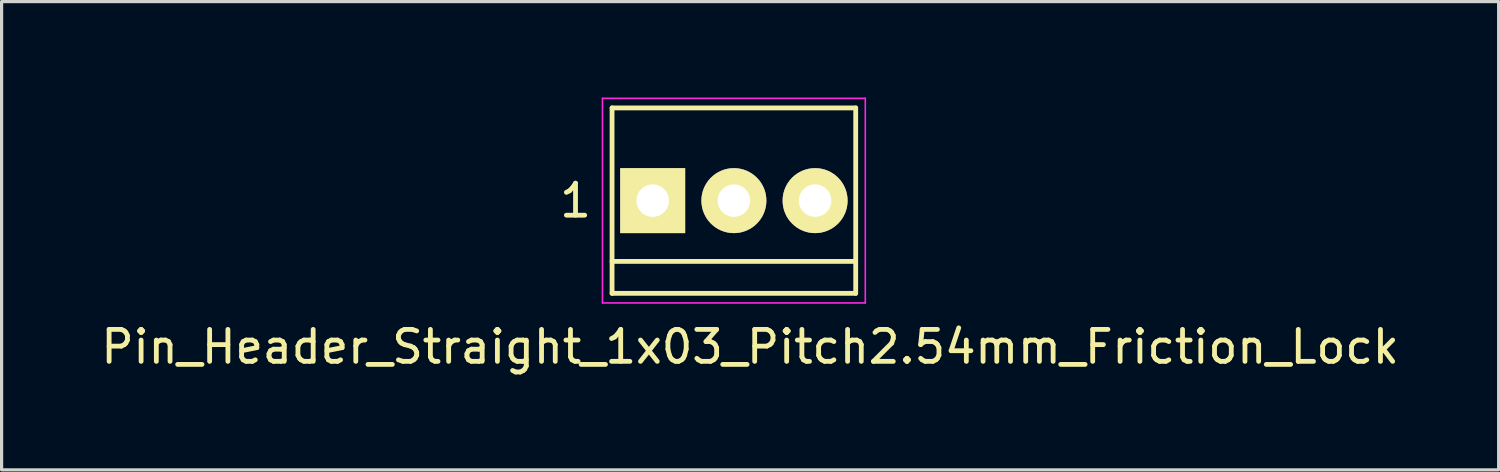
<source format=kicad_pcb>
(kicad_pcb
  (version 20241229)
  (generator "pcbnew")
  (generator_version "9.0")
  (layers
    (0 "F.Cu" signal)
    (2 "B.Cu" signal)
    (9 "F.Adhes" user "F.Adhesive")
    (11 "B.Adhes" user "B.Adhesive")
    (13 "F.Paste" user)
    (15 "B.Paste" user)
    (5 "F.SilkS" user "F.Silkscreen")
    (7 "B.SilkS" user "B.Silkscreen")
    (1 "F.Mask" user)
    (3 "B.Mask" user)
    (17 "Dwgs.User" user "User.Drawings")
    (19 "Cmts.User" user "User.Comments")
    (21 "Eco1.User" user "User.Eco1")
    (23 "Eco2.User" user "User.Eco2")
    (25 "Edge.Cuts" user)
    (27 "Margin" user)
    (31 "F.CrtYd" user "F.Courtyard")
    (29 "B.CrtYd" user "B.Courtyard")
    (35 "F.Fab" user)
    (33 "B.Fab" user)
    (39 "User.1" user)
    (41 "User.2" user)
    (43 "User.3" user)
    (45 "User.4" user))
  (footprint "Pin_Header_Straight_1x03_Pitch2.54mm_Friction_Lock"
    (layer "F.Cu")
    (at 17.363 3.225)
    (property "Reference" "Pin_Header_Straight_1x03_Pitch2.54mm_Friction_Lock" (at 3.048 4.572 0) (layer "F.SilkS") (effects (font (size 1 1) (thickness 0.15))))
    (attr through_hole)
    (fp_line (start -1.27 -2.9) (end -1.27 2.9) (stroke (width 0.15) (type solid)) (layer "F.SilkS"))
    (fp_line (start -1.27 -2.9) (end 6.35 -2.9) (stroke (width 0.15) (type solid)) (layer "F.SilkS"))
    (fp_line (start -1.27 1.9) (end 6.35 1.9) (stroke (width 0.15) (type solid)) (layer "F.SilkS"))
    (fp_line (start -1.27 2.9) (end 6.35 2.9) (stroke (width 0.15) (type solid)) (layer "F.SilkS"))
    (fp_line (start 6.35 -2.9) (end 6.35 2.9) (stroke (width 0.15) (type solid)) (layer "F.SilkS"))
    (fp_line (start -1.57 -3.2) (end 6.65 -3.2) (stroke (width 0.05) (type solid)) (layer "F.CrtYd"))
    (fp_line (start -1.57 3.2) (end -1.57 -3.2) (stroke (width 0.05) (type solid)) (layer "F.CrtYd"))
    (fp_line (start 6.65 -3.2) (end 6.65 3.2) (stroke (width 0.05) (type solid)) (layer "F.CrtYd"))
    (fp_line (start 6.65 3.2) (end -1.57 3.2) (stroke (width 0.05) (type solid)) (layer "F.CrtYd"))
    (fp_text user "1" (at -2.413 0 0) (layer "F.SilkS") (effects (font (size 1 1) (thickness 0.15))))
    (pad "1" thru_hole rect (at 0 0) (size 2.032 2.032) (drill 1.016) (layers "*.Cu" "*.Mask" "F.SilkS"))
    (pad "2" thru_hole circle (at 2.54 0) (size 2.032 2.032) (drill 1.016) (layers "*.Cu" "*.Mask" "F.SilkS"))
    (pad "3" thru_hole circle (at 5.08 0) (size 2.032 2.032) (drill 1.016) (layers "*.Cu" "*.Mask" "F.SilkS")))
  (gr_rect
    (start -3 -3)
    (end 43.821 11.645)
    (stroke (width 0.1) (type default))
    (fill no)
    (layer "Edge.Cuts")))
</source>
